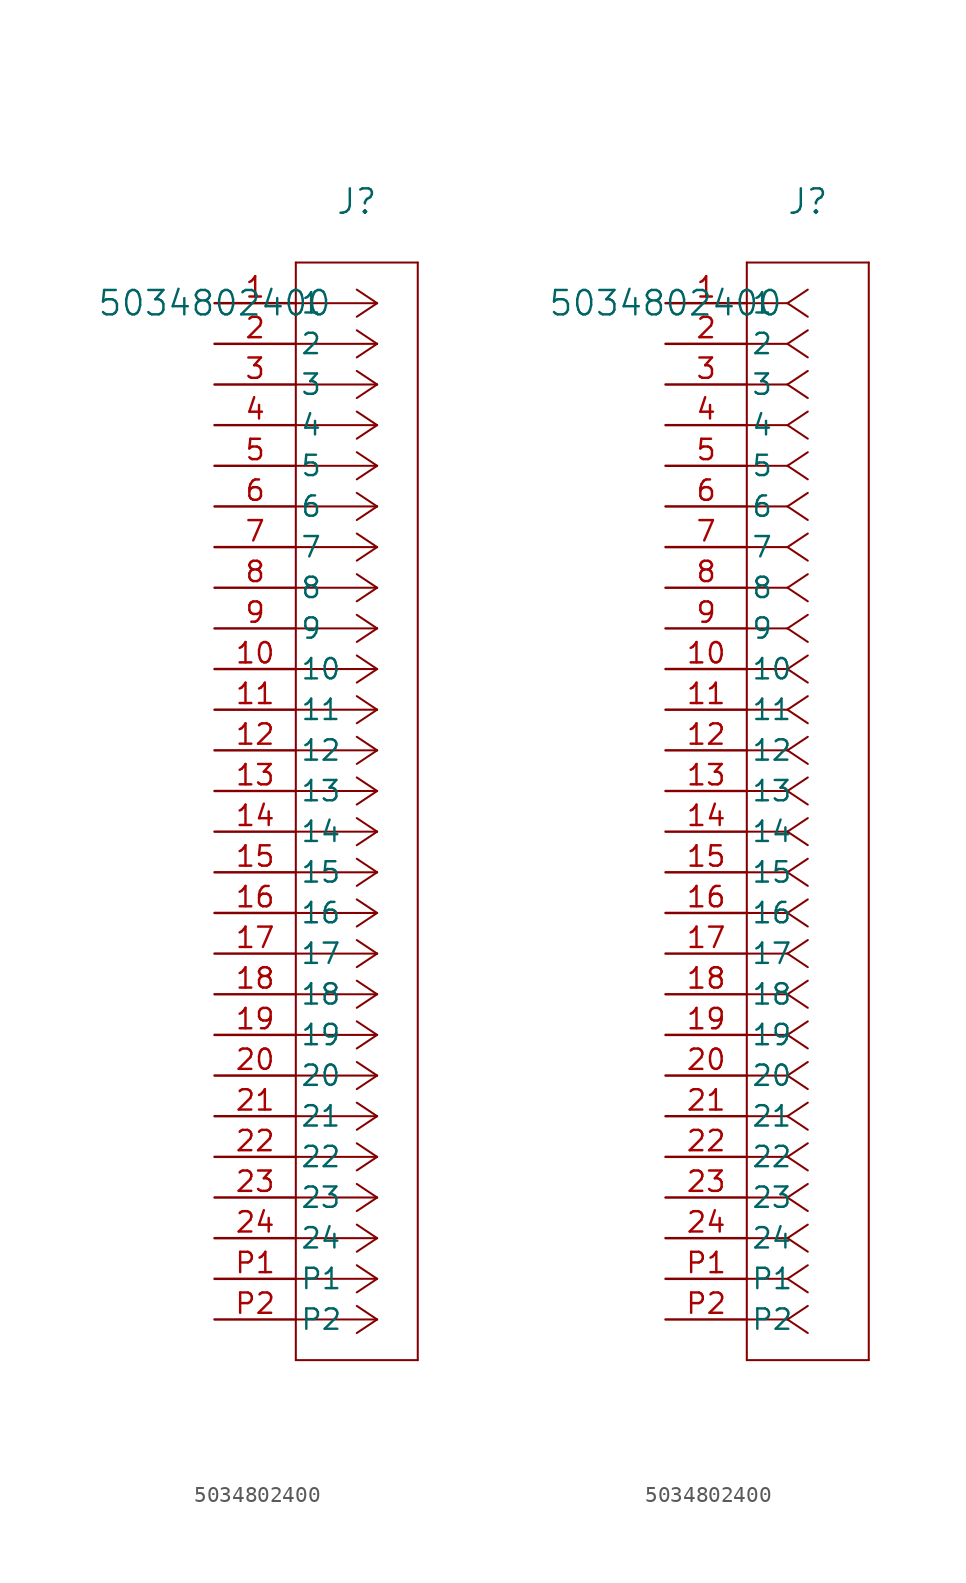
<source format=kicad_sym>
(kicad_symbol_lib
  (version 20211014)
  (generator kicad_symbol_editor)
  (symbol "5034802400"
    (pin_names
      (offset 0.254))
    (property "Reference" "J"
      (at 8.89 6.35 0)
      (effects (font (size 1.524 1.524))))
    (property "Value" "5034802400"
      (at 0 0 0)
      (effects (font (size 1.524 1.524))))
    (symbol "5034802400_1_1"
      (polyline (pts (xy 10.16 0) (xy 5.08 0)) (stroke (width 0.127) (type default) (color 0 0 0 0)) (fill (type none)))
      (polyline (pts (xy 10.16 -2.54) (xy 5.08 -2.54)) (stroke (width 0.127) (type default) (color 0 0 0 0)) (fill (type none)))
      (polyline (pts (xy 10.16 -5.08) (xy 5.08 -5.08)) (stroke (width 0.127) (type default) (color 0 0 0 0)) (fill (type none)))
      (polyline (pts (xy 10.16 -7.62) (xy 5.08 -7.62)) (stroke (width 0.127) (type default) (color 0 0 0 0)) (fill (type none)))
      (polyline (pts (xy 10.16 -10.16) (xy 5.08 -10.16)) (stroke (width 0.127) (type default) (color 0 0 0 0)) (fill (type none)))
      (polyline (pts (xy 10.16 -12.7) (xy 5.08 -12.7)) (stroke (width 0.127) (type default) (color 0 0 0 0)) (fill (type none)))
      (polyline (pts (xy 10.16 -15.24) (xy 5.08 -15.24)) (stroke (width 0.127) (type default) (color 0 0 0 0)) (fill (type none)))
      (polyline (pts (xy 10.16 -17.78) (xy 5.08 -17.78)) (stroke (width 0.127) (type default) (color 0 0 0 0)) (fill (type none)))
      (polyline (pts (xy 10.16 -20.32) (xy 5.08 -20.32)) (stroke (width 0.127) (type default) (color 0 0 0 0)) (fill (type none)))
      (polyline (pts (xy 10.16 -22.86) (xy 5.08 -22.86)) (stroke (width 0.127) (type default) (color 0 0 0 0)) (fill (type none)))
      (polyline (pts (xy 10.16 -25.4) (xy 5.08 -25.4)) (stroke (width 0.127) (type default) (color 0 0 0 0)) (fill (type none)))
      (polyline (pts (xy 10.16 -27.94) (xy 5.08 -27.94)) (stroke (width 0.127) (type default) (color 0 0 0 0)) (fill (type none)))
      (polyline (pts (xy 10.16 -30.48) (xy 5.08 -30.48)) (stroke (width 0.127) (type default) (color 0 0 0 0)) (fill (type none)))
      (polyline (pts (xy 10.16 -33.02) (xy 5.08 -33.02)) (stroke (width 0.127) (type default) (color 0 0 0 0)) (fill (type none)))
      (polyline (pts (xy 10.16 -35.56) (xy 5.08 -35.56)) (stroke (width 0.127) (type default) (color 0 0 0 0)) (fill (type none)))
      (polyline (pts (xy 10.16 -38.1) (xy 5.08 -38.1)) (stroke (width 0.127) (type default) (color 0 0 0 0)) (fill (type none)))
      (polyline (pts (xy 10.16 -40.64) (xy 5.08 -40.64)) (stroke (width 0.127) (type default) (color 0 0 0 0)) (fill (type none)))
      (polyline (pts (xy 10.16 -43.18) (xy 5.08 -43.18)) (stroke (width 0.127) (type default) (color 0 0 0 0)) (fill (type none)))
      (polyline (pts (xy 10.16 -45.72) (xy 5.08 -45.72)) (stroke (width 0.127) (type default) (color 0 0 0 0)) (fill (type none)))
      (polyline (pts (xy 10.16 -48.26) (xy 5.08 -48.26)) (stroke (width 0.127) (type default) (color 0 0 0 0)) (fill (type none)))
      (polyline (pts (xy 10.16 -50.8) (xy 5.08 -50.8)) (stroke (width 0.127) (type default) (color 0 0 0 0)) (fill (type none)))
      (polyline (pts (xy 10.16 -53.34) (xy 5.08 -53.34)) (stroke (width 0.127) (type default) (color 0 0 0 0)) (fill (type none)))
      (polyline (pts (xy 10.16 -55.88) (xy 5.08 -55.88)) (stroke (width 0.127) (type default) (color 0 0 0 0)) (fill (type none)))
      (polyline (pts (xy 10.16 -58.42) (xy 5.08 -58.42)) (stroke (width 0.127) (type default) (color 0 0 0 0)) (fill (type none)))
      (polyline (pts (xy 10.16 -60.96) (xy 5.08 -60.96)) (stroke (width 0.127) (type default) (color 0 0 0 0)) (fill (type none)))
      (polyline (pts (xy 10.16 -63.5) (xy 5.08 -63.5)) (stroke (width 0.127) (type default) (color 0 0 0 0)) (fill (type none)))
      (polyline (pts (xy 10.16 0) (xy 8.89 0.847)) (stroke (width 0.127) (type default) (color 0 0 0 0)) (fill (type none)))
      (polyline (pts (xy 10.16 -2.54) (xy 8.89 -1.693)) (stroke (width 0.127) (type default) (color 0 0 0 0)) (fill (type none)))
      (polyline (pts (xy 10.16 -5.08) (xy 8.89 -4.233)) (stroke (width 0.127) (type default) (color 0 0 0 0)) (fill (type none)))
      (polyline (pts (xy 10.16 -7.62) (xy 8.89 -6.773)) (stroke (width 0.127) (type default) (color 0 0 0 0)) (fill (type none)))
      (polyline (pts (xy 10.16 -10.16) (xy 8.89 -9.313)) (stroke (width 0.127) (type default) (color 0 0 0 0)) (fill (type none)))
      (polyline (pts (xy 10.16 -12.7) (xy 8.89 -11.853)) (stroke (width 0.127) (type default) (color 0 0 0 0)) (fill (type none)))
      (polyline (pts (xy 10.16 -15.24) (xy 8.89 -14.393)) (stroke (width 0.127) (type default) (color 0 0 0 0)) (fill (type none)))
      (polyline (pts (xy 10.16 -17.78) (xy 8.89 -16.933)) (stroke (width 0.127) (type default) (color 0 0 0 0)) (fill (type none)))
      (polyline (pts (xy 10.16 -20.32) (xy 8.89 -19.473)) (stroke (width 0.127) (type default) (color 0 0 0 0)) (fill (type none)))
      (polyline (pts (xy 10.16 -22.86) (xy 8.89 -22.013)) (stroke (width 0.127) (type default) (color 0 0 0 0)) (fill (type none)))
      (polyline (pts (xy 10.16 -25.4) (xy 8.89 -24.553)) (stroke (width 0.127) (type default) (color 0 0 0 0)) (fill (type none)))
      (polyline (pts (xy 10.16 -27.94) (xy 8.89 -27.093)) (stroke (width 0.127) (type default) (color 0 0 0 0)) (fill (type none)))
      (polyline (pts (xy 10.16 -30.48) (xy 8.89 -29.633)) (stroke (width 0.127) (type default) (color 0 0 0 0)) (fill (type none)))
      (polyline (pts (xy 10.16 -33.02) (xy 8.89 -32.173)) (stroke (width 0.127) (type default) (color 0 0 0 0)) (fill (type none)))
      (polyline (pts (xy 10.16 -35.56) (xy 8.89 -34.713)) (stroke (width 0.127) (type default) (color 0 0 0 0)) (fill (type none)))
      (polyline (pts (xy 10.16 -38.1) (xy 8.89 -37.253)) (stroke (width 0.127) (type default) (color 0 0 0 0)) (fill (type none)))
      (polyline (pts (xy 10.16 -40.64) (xy 8.89 -39.793)) (stroke (width 0.127) (type default) (color 0 0 0 0)) (fill (type none)))
      (polyline (pts (xy 10.16 -43.18) (xy 8.89 -42.333)) (stroke (width 0.127) (type default) (color 0 0 0 0)) (fill (type none)))
      (polyline (pts (xy 10.16 -45.72) (xy 8.89 -44.873)) (stroke (width 0.127) (type default) (color 0 0 0 0)) (fill (type none)))
      (polyline (pts (xy 10.16 -48.26) (xy 8.89 -47.413)) (stroke (width 0.127) (type default) (color 0 0 0 0)) (fill (type none)))
      (polyline (pts (xy 10.16 -50.8) (xy 8.89 -49.953)) (stroke (width 0.127) (type default) (color 0 0 0 0)) (fill (type none)))
      (polyline (pts (xy 10.16 -53.34) (xy 8.89 -52.493)) (stroke (width 0.127) (type default) (color 0 0 0 0)) (fill (type none)))
      (polyline (pts (xy 10.16 -55.88) (xy 8.89 -55.033)) (stroke (width 0.127) (type default) (color 0 0 0 0)) (fill (type none)))
      (polyline (pts (xy 10.16 -58.42) (xy 8.89 -57.573)) (stroke (width 0.127) (type default) (color 0 0 0 0)) (fill (type none)))
      (polyline (pts (xy 10.16 -60.96) (xy 8.89 -60.113)) (stroke (width 0.127) (type default) (color 0 0 0 0)) (fill (type none)))
      (polyline (pts (xy 10.16 -63.5) (xy 8.89 -62.653)) (stroke (width 0.127) (type default) (color 0 0 0 0)) (fill (type none)))
      (polyline (pts (xy 10.16 0) (xy 8.89 -0.847)) (stroke (width 0.127) (type default) (color 0 0 0 0)) (fill (type none)))
      (polyline (pts (xy 10.16 -2.54) (xy 8.89 -3.387)) (stroke (width 0.127) (type default) (color 0 0 0 0)) (fill (type none)))
      (polyline (pts (xy 10.16 -5.08) (xy 8.89 -5.927)) (stroke (width 0.127) (type default) (color 0 0 0 0)) (fill (type none)))
      (polyline (pts (xy 10.16 -7.62) (xy 8.89 -8.467)) (stroke (width 0.127) (type default) (color 0 0 0 0)) (fill (type none)))
      (polyline (pts (xy 10.16 -10.16) (xy 8.89 -11.007)) (stroke (width 0.127) (type default) (color 0 0 0 0)) (fill (type none)))
      (polyline (pts (xy 10.16 -12.7) (xy 8.89 -13.547)) (stroke (width 0.127) (type default) (color 0 0 0 0)) (fill (type none)))
      (polyline (pts (xy 10.16 -15.24) (xy 8.89 -16.087)) (stroke (width 0.127) (type default) (color 0 0 0 0)) (fill (type none)))
      (polyline (pts (xy 10.16 -17.78) (xy 8.89 -18.627)) (stroke (width 0.127) (type default) (color 0 0 0 0)) (fill (type none)))
      (polyline (pts (xy 10.16 -20.32) (xy 8.89 -21.167)) (stroke (width 0.127) (type default) (color 0 0 0 0)) (fill (type none)))
      (polyline (pts (xy 10.16 -22.86) (xy 8.89 -23.707)) (stroke (width 0.127) (type default) (color 0 0 0 0)) (fill (type none)))
      (polyline (pts (xy 10.16 -25.4) (xy 8.89 -26.247)) (stroke (width 0.127) (type default) (color 0 0 0 0)) (fill (type none)))
      (polyline (pts (xy 10.16 -27.94) (xy 8.89 -28.787)) (stroke (width 0.127) (type default) (color 0 0 0 0)) (fill (type none)))
      (polyline (pts (xy 10.16 -30.48) (xy 8.89 -31.327)) (stroke (width 0.127) (type default) (color 0 0 0 0)) (fill (type none)))
      (polyline (pts (xy 10.16 -33.02) (xy 8.89 -33.867)) (stroke (width 0.127) (type default) (color 0 0 0 0)) (fill (type none)))
      (polyline (pts (xy 10.16 -35.56) (xy 8.89 -36.407)) (stroke (width 0.127) (type default) (color 0 0 0 0)) (fill (type none)))
      (polyline (pts (xy 10.16 -38.1) (xy 8.89 -38.947)) (stroke (width 0.127) (type default) (color 0 0 0 0)) (fill (type none)))
      (polyline (pts (xy 10.16 -40.64) (xy 8.89 -41.487)) (stroke (width 0.127) (type default) (color 0 0 0 0)) (fill (type none)))
      (polyline (pts (xy 10.16 -43.18) (xy 8.89 -44.027)) (stroke (width 0.127) (type default) (color 0 0 0 0)) (fill (type none)))
      (polyline (pts (xy 10.16 -45.72) (xy 8.89 -46.567)) (stroke (width 0.127) (type default) (color 0 0 0 0)) (fill (type none)))
      (polyline (pts (xy 10.16 -48.26) (xy 8.89 -49.107)) (stroke (width 0.127) (type default) (color 0 0 0 0)) (fill (type none)))
      (polyline (pts (xy 10.16 -50.8) (xy 8.89 -51.647)) (stroke (width 0.127) (type default) (color 0 0 0 0)) (fill (type none)))
      (polyline (pts (xy 10.16 -53.34) (xy 8.89 -54.187)) (stroke (width 0.127) (type default) (color 0 0 0 0)) (fill (type none)))
      (polyline (pts (xy 10.16 -55.88) (xy 8.89 -56.727)) (stroke (width 0.127) (type default) (color 0 0 0 0)) (fill (type none)))
      (polyline (pts (xy 10.16 -58.42) (xy 8.89 -59.267)) (stroke (width 0.127) (type default) (color 0 0 0 0)) (fill (type none)))
      (polyline (pts (xy 10.16 -60.96) (xy 8.89 -61.807)) (stroke (width 0.127) (type default) (color 0 0 0 0)) (fill (type none)))
      (polyline (pts (xy 10.16 -63.5) (xy 8.89 -64.347)) (stroke (width 0.127) (type default) (color 0 0 0 0)) (fill (type none)))
      (polyline (pts (xy 5.08 2.54) (xy 5.08 -66.04)) (stroke (width 0.127) (type default) (color 0 0 0 0)) (fill (type none)))
      (polyline (pts (xy 5.08 -66.04) (xy 12.7 -66.04)) (stroke (width 0.127) (type default) (color 0 0 0 0)) (fill (type none)))
      (polyline (pts (xy 12.7 -66.04) (xy 12.7 2.54)) (stroke (width 0.127) (type default) (color 0 0 0 0)) (fill (type none)))
      (polyline (pts (xy 12.7 2.54) (xy 5.08 2.54)) (stroke (width 0.127) (type default) (color 0 0 0 0)) (fill (type none)))
      (pin unspecified line (at 0 0 0) (length 5.08) (name "1" (effects (font (size 1.27 1.27)))) (number "1" (effects (font (size 1.27 1.27)))))
      (pin unspecified line (at 0 -2.54 0) (length 5.08) (name "2" (effects (font (size 1.27 1.27)))) (number "2" (effects (font (size 1.27 1.27)))))
      (pin unspecified line (at 0 -5.08 0) (length 5.08) (name "3" (effects (font (size 1.27 1.27)))) (number "3" (effects (font (size 1.27 1.27)))))
      (pin unspecified line (at 0 -7.62 0) (length 5.08) (name "4" (effects (font (size 1.27 1.27)))) (number "4" (effects (font (size 1.27 1.27)))))
      (pin unspecified line (at 0 -10.16 0) (length 5.08) (name "5" (effects (font (size 1.27 1.27)))) (number "5" (effects (font (size 1.27 1.27)))))
      (pin unspecified line (at 0 -12.7 0) (length 5.08) (name "6" (effects (font (size 1.27 1.27)))) (number "6" (effects (font (size 1.27 1.27)))))
      (pin unspecified line (at 0 -15.24 0) (length 5.08) (name "7" (effects (font (size 1.27 1.27)))) (number "7" (effects (font (size 1.27 1.27)))))
      (pin unspecified line (at 0 -17.78 0) (length 5.08) (name "8" (effects (font (size 1.27 1.27)))) (number "8" (effects (font (size 1.27 1.27)))))
      (pin unspecified line (at 0 -20.32 0) (length 5.08) (name "9" (effects (font (size 1.27 1.27)))) (number "9" (effects (font (size 1.27 1.27)))))
      (pin unspecified line (at 0 -22.86 0) (length 5.08) (name "10" (effects (font (size 1.27 1.27)))) (number "10" (effects (font (size 1.27 1.27)))))
      (pin unspecified line (at 0 -25.4 0) (length 5.08) (name "11" (effects (font (size 1.27 1.27)))) (number "11" (effects (font (size 1.27 1.27)))))
      (pin unspecified line (at 0 -27.94 0) (length 5.08) (name "12" (effects (font (size 1.27 1.27)))) (number "12" (effects (font (size 1.27 1.27)))))
      (pin unspecified line (at 0 -30.48 0) (length 5.08) (name "13" (effects (font (size 1.27 1.27)))) (number "13" (effects (font (size 1.27 1.27)))))
      (pin unspecified line (at 0 -33.02 0) (length 5.08) (name "14" (effects (font (size 1.27 1.27)))) (number "14" (effects (font (size 1.27 1.27)))))
      (pin unspecified line (at 0 -35.56 0) (length 5.08) (name "15" (effects (font (size 1.27 1.27)))) (number "15" (effects (font (size 1.27 1.27)))))
      (pin unspecified line (at 0 -38.1 0) (length 5.08) (name "16" (effects (font (size 1.27 1.27)))) (number "16" (effects (font (size 1.27 1.27)))))
      (pin unspecified line (at 0 -40.64 0) (length 5.08) (name "17" (effects (font (size 1.27 1.27)))) (number "17" (effects (font (size 1.27 1.27)))))
      (pin unspecified line (at 0 -43.18 0) (length 5.08) (name "18" (effects (font (size 1.27 1.27)))) (number "18" (effects (font (size 1.27 1.27)))))
      (pin unspecified line (at 0 -45.72 0) (length 5.08) (name "19" (effects (font (size 1.27 1.27)))) (number "19" (effects (font (size 1.27 1.27)))))
      (pin unspecified line (at 0 -48.26 0) (length 5.08) (name "20" (effects (font (size 1.27 1.27)))) (number "20" (effects (font (size 1.27 1.27)))))
      (pin unspecified line (at 0 -50.8 0) (length 5.08) (name "21" (effects (font (size 1.27 1.27)))) (number "21" (effects (font (size 1.27 1.27)))))
      (pin unspecified line (at 0 -53.34 0) (length 5.08) (name "22" (effects (font (size 1.27 1.27)))) (number "22" (effects (font (size 1.27 1.27)))))
      (pin unspecified line (at 0 -55.88 0) (length 5.08) (name "23" (effects (font (size 1.27 1.27)))) (number "23" (effects (font (size 1.27 1.27)))))
      (pin unspecified line (at 0 -58.42 0) (length 5.08) (name "24" (effects (font (size 1.27 1.27)))) (number "24" (effects (font (size 1.27 1.27)))))
      (pin unspecified line (at 0 -60.96 0) (length 5.08) (name "P1" (effects (font (size 1.27 1.27)))) (number "P1" (effects (font (size 1.27 1.27)))))
      (pin unspecified line (at 0 -63.5 0) (length 5.08) (name "P2" (effects (font (size 1.27 1.27)))) (number "P2" (effects (font (size 1.27 1.27))))))
    (symbol "5034802400_1_2"
      (polyline (pts (xy 7.62 0) (xy 5.08 0)) (stroke (width 0.127) (type default) (color 0 0 0 0)) (fill (type none)))
      (polyline (pts (xy 7.62 -2.54) (xy 5.08 -2.54)) (stroke (width 0.127) (type default) (color 0 0 0 0)) (fill (type none)))
      (polyline (pts (xy 7.62 -5.08) (xy 5.08 -5.08)) (stroke (width 0.127) (type default) (color 0 0 0 0)) (fill (type none)))
      (polyline (pts (xy 7.62 -7.62) (xy 5.08 -7.62)) (stroke (width 0.127) (type default) (color 0 0 0 0)) (fill (type none)))
      (polyline (pts (xy 7.62 -10.16) (xy 5.08 -10.16)) (stroke (width 0.127) (type default) (color 0 0 0 0)) (fill (type none)))
      (polyline (pts (xy 7.62 -12.7) (xy 5.08 -12.7)) (stroke (width 0.127) (type default) (color 0 0 0 0)) (fill (type none)))
      (polyline (pts (xy 7.62 -15.24) (xy 5.08 -15.24)) (stroke (width 0.127) (type default) (color 0 0 0 0)) (fill (type none)))
      (polyline (pts (xy 7.62 -17.78) (xy 5.08 -17.78)) (stroke (width 0.127) (type default) (color 0 0 0 0)) (fill (type none)))
      (polyline (pts (xy 7.62 -20.32) (xy 5.08 -20.32)) (stroke (width 0.127) (type default) (color 0 0 0 0)) (fill (type none)))
      (polyline (pts (xy 7.62 -22.86) (xy 5.08 -22.86)) (stroke (width 0.127) (type default) (color 0 0 0 0)) (fill (type none)))
      (polyline (pts (xy 7.62 -25.4) (xy 5.08 -25.4)) (stroke (width 0.127) (type default) (color 0 0 0 0)) (fill (type none)))
      (polyline (pts (xy 7.62 -27.94) (xy 5.08 -27.94)) (stroke (width 0.127) (type default) (color 0 0 0 0)) (fill (type none)))
      (polyline (pts (xy 7.62 -30.48) (xy 5.08 -30.48)) (stroke (width 0.127) (type default) (color 0 0 0 0)) (fill (type none)))
      (polyline (pts (xy 7.62 -33.02) (xy 5.08 -33.02)) (stroke (width 0.127) (type default) (color 0 0 0 0)) (fill (type none)))
      (polyline (pts (xy 7.62 -35.56) (xy 5.08 -35.56)) (stroke (width 0.127) (type default) (color 0 0 0 0)) (fill (type none)))
      (polyline (pts (xy 7.62 -38.1) (xy 5.08 -38.1)) (stroke (width 0.127) (type default) (color 0 0 0 0)) (fill (type none)))
      (polyline (pts (xy 7.62 -40.64) (xy 5.08 -40.64)) (stroke (width 0.127) (type default) (color 0 0 0 0)) (fill (type none)))
      (polyline (pts (xy 7.62 -43.18) (xy 5.08 -43.18)) (stroke (width 0.127) (type default) (color 0 0 0 0)) (fill (type none)))
      (polyline (pts (xy 7.62 -45.72) (xy 5.08 -45.72)) (stroke (width 0.127) (type default) (color 0 0 0 0)) (fill (type none)))
      (polyline (pts (xy 7.62 -48.26) (xy 5.08 -48.26)) (stroke (width 0.127) (type default) (color 0 0 0 0)) (fill (type none)))
      (polyline (pts (xy 7.62 -50.8) (xy 5.08 -50.8)) (stroke (width 0.127) (type default) (color 0 0 0 0)) (fill (type none)))
      (polyline (pts (xy 7.62 -53.34) (xy 5.08 -53.34)) (stroke (width 0.127) (type default) (color 0 0 0 0)) (fill (type none)))
      (polyline (pts (xy 7.62 -55.88) (xy 5.08 -55.88)) (stroke (width 0.127) (type default) (color 0 0 0 0)) (fill (type none)))
      (polyline (pts (xy 7.62 -58.42) (xy 5.08 -58.42)) (stroke (width 0.127) (type default) (color 0 0 0 0)) (fill (type none)))
      (polyline (pts (xy 7.62 -60.96) (xy 5.08 -60.96)) (stroke (width 0.127) (type default) (color 0 0 0 0)) (fill (type none)))
      (polyline (pts (xy 7.62 -63.5) (xy 5.08 -63.5)) (stroke (width 0.127) (type default) (color 0 0 0 0)) (fill (type none)))
      (polyline (pts (xy 7.62 0) (xy 8.89 0.847)) (stroke (width 0.127) (type default) (color 0 0 0 0)) (fill (type none)))
      (polyline (pts (xy 7.62 -2.54) (xy 8.89 -1.693)) (stroke (width 0.127) (type default) (color 0 0 0 0)) (fill (type none)))
      (polyline (pts (xy 7.62 -5.08) (xy 8.89 -4.233)) (stroke (width 0.127) (type default) (color 0 0 0 0)) (fill (type none)))
      (polyline (pts (xy 7.62 -7.62) (xy 8.89 -6.773)) (stroke (width 0.127) (type default) (color 0 0 0 0)) (fill (type none)))
      (polyline (pts (xy 7.62 -10.16) (xy 8.89 -9.313)) (stroke (width 0.127) (type default) (color 0 0 0 0)) (fill (type none)))
      (polyline (pts (xy 7.62 -12.7) (xy 8.89 -11.853)) (stroke (width 0.127) (type default) (color 0 0 0 0)) (fill (type none)))
      (polyline (pts (xy 7.62 -15.24) (xy 8.89 -14.393)) (stroke (width 0.127) (type default) (color 0 0 0 0)) (fill (type none)))
      (polyline (pts (xy 7.62 -17.78) (xy 8.89 -16.933)) (stroke (width 0.127) (type default) (color 0 0 0 0)) (fill (type none)))
      (polyline (pts (xy 7.62 -20.32) (xy 8.89 -19.473)) (stroke (width 0.127) (type default) (color 0 0 0 0)) (fill (type none)))
      (polyline (pts (xy 7.62 -22.86) (xy 8.89 -22.013)) (stroke (width 0.127) (type default) (color 0 0 0 0)) (fill (type none)))
      (polyline (pts (xy 7.62 -25.4) (xy 8.89 -24.553)) (stroke (width 0.127) (type default) (color 0 0 0 0)) (fill (type none)))
      (polyline (pts (xy 7.62 -27.94) (xy 8.89 -27.093)) (stroke (width 0.127) (type default) (color 0 0 0 0)) (fill (type none)))
      (polyline (pts (xy 7.62 -30.48) (xy 8.89 -29.633)) (stroke (width 0.127) (type default) (color 0 0 0 0)) (fill (type none)))
      (polyline (pts (xy 7.62 -33.02) (xy 8.89 -32.173)) (stroke (width 0.127) (type default) (color 0 0 0 0)) (fill (type none)))
      (polyline (pts (xy 7.62 -35.56) (xy 8.89 -34.713)) (stroke (width 0.127) (type default) (color 0 0 0 0)) (fill (type none)))
      (polyline (pts (xy 7.62 -38.1) (xy 8.89 -37.253)) (stroke (width 0.127) (type default) (color 0 0 0 0)) (fill (type none)))
      (polyline (pts (xy 7.62 -40.64) (xy 8.89 -39.793)) (stroke (width 0.127) (type default) (color 0 0 0 0)) (fill (type none)))
      (polyline (pts (xy 7.62 -43.18) (xy 8.89 -42.333)) (stroke (width 0.127) (type default) (color 0 0 0 0)) (fill (type none)))
      (polyline (pts (xy 7.62 -45.72) (xy 8.89 -44.873)) (stroke (width 0.127) (type default) (color 0 0 0 0)) (fill (type none)))
      (polyline (pts (xy 7.62 -48.26) (xy 8.89 -47.413)) (stroke (width 0.127) (type default) (color 0 0 0 0)) (fill (type none)))
      (polyline (pts (xy 7.62 -50.8) (xy 8.89 -49.953)) (stroke (width 0.127) (type default) (color 0 0 0 0)) (fill (type none)))
      (polyline (pts (xy 7.62 -53.34) (xy 8.89 -52.493)) (stroke (width 0.127) (type default) (color 0 0 0 0)) (fill (type none)))
      (polyline (pts (xy 7.62 -55.88) (xy 8.89 -55.033)) (stroke (width 0.127) (type default) (color 0 0 0 0)) (fill (type none)))
      (polyline (pts (xy 7.62 -58.42) (xy 8.89 -57.573)) (stroke (width 0.127) (type default) (color 0 0 0 0)) (fill (type none)))
      (polyline (pts (xy 7.62 -60.96) (xy 8.89 -60.113)) (stroke (width 0.127) (type default) (color 0 0 0 0)) (fill (type none)))
      (polyline (pts (xy 7.62 -63.5) (xy 8.89 -62.653)) (stroke (width 0.127) (type default) (color 0 0 0 0)) (fill (type none)))
      (polyline (pts (xy 7.62 0) (xy 8.89 -0.847)) (stroke (width 0.127) (type default) (color 0 0 0 0)) (fill (type none)))
      (polyline (pts (xy 7.62 -2.54) (xy 8.89 -3.387)) (stroke (width 0.127) (type default) (color 0 0 0 0)) (fill (type none)))
      (polyline (pts (xy 7.62 -5.08) (xy 8.89 -5.927)) (stroke (width 0.127) (type default) (color 0 0 0 0)) (fill (type none)))
      (polyline (pts (xy 7.62 -7.62) (xy 8.89 -8.467)) (stroke (width 0.127) (type default) (color 0 0 0 0)) (fill (type none)))
      (polyline (pts (xy 7.62 -10.16) (xy 8.89 -11.007)) (stroke (width 0.127) (type default) (color 0 0 0 0)) (fill (type none)))
      (polyline (pts (xy 7.62 -12.7) (xy 8.89 -13.547)) (stroke (width 0.127) (type default) (color 0 0 0 0)) (fill (type none)))
      (polyline (pts (xy 7.62 -15.24) (xy 8.89 -16.087)) (stroke (width 0.127) (type default) (color 0 0 0 0)) (fill (type none)))
      (polyline (pts (xy 7.62 -17.78) (xy 8.89 -18.627)) (stroke (width 0.127) (type default) (color 0 0 0 0)) (fill (type none)))
      (polyline (pts (xy 7.62 -20.32) (xy 8.89 -21.167)) (stroke (width 0.127) (type default) (color 0 0 0 0)) (fill (type none)))
      (polyline (pts (xy 7.62 -22.86) (xy 8.89 -23.707)) (stroke (width 0.127) (type default) (color 0 0 0 0)) (fill (type none)))
      (polyline (pts (xy 7.62 -25.4) (xy 8.89 -26.247)) (stroke (width 0.127) (type default) (color 0 0 0 0)) (fill (type none)))
      (polyline (pts (xy 7.62 -27.94) (xy 8.89 -28.787)) (stroke (width 0.127) (type default) (color 0 0 0 0)) (fill (type none)))
      (polyline (pts (xy 7.62 -30.48) (xy 8.89 -31.327)) (stroke (width 0.127) (type default) (color 0 0 0 0)) (fill (type none)))
      (polyline (pts (xy 7.62 -33.02) (xy 8.89 -33.867)) (stroke (width 0.127) (type default) (color 0 0 0 0)) (fill (type none)))
      (polyline (pts (xy 7.62 -35.56) (xy 8.89 -36.407)) (stroke (width 0.127) (type default) (color 0 0 0 0)) (fill (type none)))
      (polyline (pts (xy 7.62 -38.1) (xy 8.89 -38.947)) (stroke (width 0.127) (type default) (color 0 0 0 0)) (fill (type none)))
      (polyline (pts (xy 7.62 -40.64) (xy 8.89 -41.487)) (stroke (width 0.127) (type default) (color 0 0 0 0)) (fill (type none)))
      (polyline (pts (xy 7.62 -43.18) (xy 8.89 -44.027)) (stroke (width 0.127) (type default) (color 0 0 0 0)) (fill (type none)))
      (polyline (pts (xy 7.62 -45.72) (xy 8.89 -46.567)) (stroke (width 0.127) (type default) (color 0 0 0 0)) (fill (type none)))
      (polyline (pts (xy 7.62 -48.26) (xy 8.89 -49.107)) (stroke (width 0.127) (type default) (color 0 0 0 0)) (fill (type none)))
      (polyline (pts (xy 7.62 -50.8) (xy 8.89 -51.647)) (stroke (width 0.127) (type default) (color 0 0 0 0)) (fill (type none)))
      (polyline (pts (xy 7.62 -53.34) (xy 8.89 -54.187)) (stroke (width 0.127) (type default) (color 0 0 0 0)) (fill (type none)))
      (polyline (pts (xy 7.62 -55.88) (xy 8.89 -56.727)) (stroke (width 0.127) (type default) (color 0 0 0 0)) (fill (type none)))
      (polyline (pts (xy 7.62 -58.42) (xy 8.89 -59.267)) (stroke (width 0.127) (type default) (color 0 0 0 0)) (fill (type none)))
      (polyline (pts (xy 7.62 -60.96) (xy 8.89 -61.807)) (stroke (width 0.127) (type default) (color 0 0 0 0)) (fill (type none)))
      (polyline (pts (xy 7.62 -63.5) (xy 8.89 -64.347)) (stroke (width 0.127) (type default) (color 0 0 0 0)) (fill (type none)))
      (polyline (pts (xy 5.08 2.54) (xy 5.08 -66.04)) (stroke (width 0.127) (type default) (color 0 0 0 0)) (fill (type none)))
      (polyline (pts (xy 5.08 -66.04) (xy 12.7 -66.04)) (stroke (width 0.127) (type default) (color 0 0 0 0)) (fill (type none)))
      (polyline (pts (xy 12.7 -66.04) (xy 12.7 2.54)) (stroke (width 0.127) (type default) (color 0 0 0 0)) (fill (type none)))
      (polyline (pts (xy 12.7 2.54) (xy 5.08 2.54)) (stroke (width 0.127) (type default) (color 0 0 0 0)) (fill (type none)))
      (pin unspecified line (at 0 0 0) (length 5.08) (name "1" (effects (font (size 1.27 1.27)))) (number "1" (effects (font (size 1.27 1.27)))))
      (pin unspecified line (at 0 -2.54 0) (length 5.08) (name "2" (effects (font (size 1.27 1.27)))) (number "2" (effects (font (size 1.27 1.27)))))
      (pin unspecified line (at 0 -5.08 0) (length 5.08) (name "3" (effects (font (size 1.27 1.27)))) (number "3" (effects (font (size 1.27 1.27)))))
      (pin unspecified line (at 0 -7.62 0) (length 5.08) (name "4" (effects (font (size 1.27 1.27)))) (number "4" (effects (font (size 1.27 1.27)))))
      (pin unspecified line (at 0 -10.16 0) (length 5.08) (name "5" (effects (font (size 1.27 1.27)))) (number "5" (effects (font (size 1.27 1.27)))))
      (pin unspecified line (at 0 -12.7 0) (length 5.08) (name "6" (effects (font (size 1.27 1.27)))) (number "6" (effects (font (size 1.27 1.27)))))
      (pin unspecified line (at 0 -15.24 0) (length 5.08) (name "7" (effects (font (size 1.27 1.27)))) (number "7" (effects (font (size 1.27 1.27)))))
      (pin unspecified line (at 0 -17.78 0) (length 5.08) (name "8" (effects (font (size 1.27 1.27)))) (number "8" (effects (font (size 1.27 1.27)))))
      (pin unspecified line (at 0 -20.32 0) (length 5.08) (name "9" (effects (font (size 1.27 1.27)))) (number "9" (effects (font (size 1.27 1.27)))))
      (pin unspecified line (at 0 -22.86 0) (length 5.08) (name "10" (effects (font (size 1.27 1.27)))) (number "10" (effects (font (size 1.27 1.27)))))
      (pin unspecified line (at 0 -25.4 0) (length 5.08) (name "11" (effects (font (size 1.27 1.27)))) (number "11" (effects (font (size 1.27 1.27)))))
      (pin unspecified line (at 0 -27.94 0) (length 5.08) (name "12" (effects (font (size 1.27 1.27)))) (number "12" (effects (font (size 1.27 1.27)))))
      (pin unspecified line (at 0 -30.48 0) (length 5.08) (name "13" (effects (font (size 1.27 1.27)))) (number "13" (effects (font (size 1.27 1.27)))))
      (pin unspecified line (at 0 -33.02 0) (length 5.08) (name "14" (effects (font (size 1.27 1.27)))) (number "14" (effects (font (size 1.27 1.27)))))
      (pin unspecified line (at 0 -35.56 0) (length 5.08) (name "15" (effects (font (size 1.27 1.27)))) (number "15" (effects (font (size 1.27 1.27)))))
      (pin unspecified line (at 0 -38.1 0) (length 5.08) (name "16" (effects (font (size 1.27 1.27)))) (number "16" (effects (font (size 1.27 1.27)))))
      (pin unspecified line (at 0 -40.64 0) (length 5.08) (name "17" (effects (font (size 1.27 1.27)))) (number "17" (effects (font (size 1.27 1.27)))))
      (pin unspecified line (at 0 -43.18 0) (length 5.08) (name "18" (effects (font (size 1.27 1.27)))) (number "18" (effects (font (size 1.27 1.27)))))
      (pin unspecified line (at 0 -45.72 0) (length 5.08) (name "19" (effects (font (size 1.27 1.27)))) (number "19" (effects (font (size 1.27 1.27)))))
      (pin unspecified line (at 0 -48.26 0) (length 5.08) (name "20" (effects (font (size 1.27 1.27)))) (number "20" (effects (font (size 1.27 1.27)))))
      (pin unspecified line (at 0 -50.8 0) (length 5.08) (name "21" (effects (font (size 1.27 1.27)))) (number "21" (effects (font (size 1.27 1.27)))))
      (pin unspecified line (at 0 -53.34 0) (length 5.08) (name "22" (effects (font (size 1.27 1.27)))) (number "22" (effects (font (size 1.27 1.27)))))
      (pin unspecified line (at 0 -55.88 0) (length 5.08) (name "23" (effects (font (size 1.27 1.27)))) (number "23" (effects (font (size 1.27 1.27)))))
      (pin unspecified line (at 0 -58.42 0) (length 5.08) (name "24" (effects (font (size 1.27 1.27)))) (number "24" (effects (font (size 1.27 1.27)))))
      (pin unspecified line (at 0 -60.96 0) (length 5.08) (name "P1" (effects (font (size 1.27 1.27)))) (number "P1" (effects (font (size 1.27 1.27)))))
      (pin unspecified line (at 0 -63.5 0) (length 5.08) (name "P2" (effects (font (size 1.27 1.27)))) (number "P2" (effects (font (size 1.27 1.27))))))))
</source>
